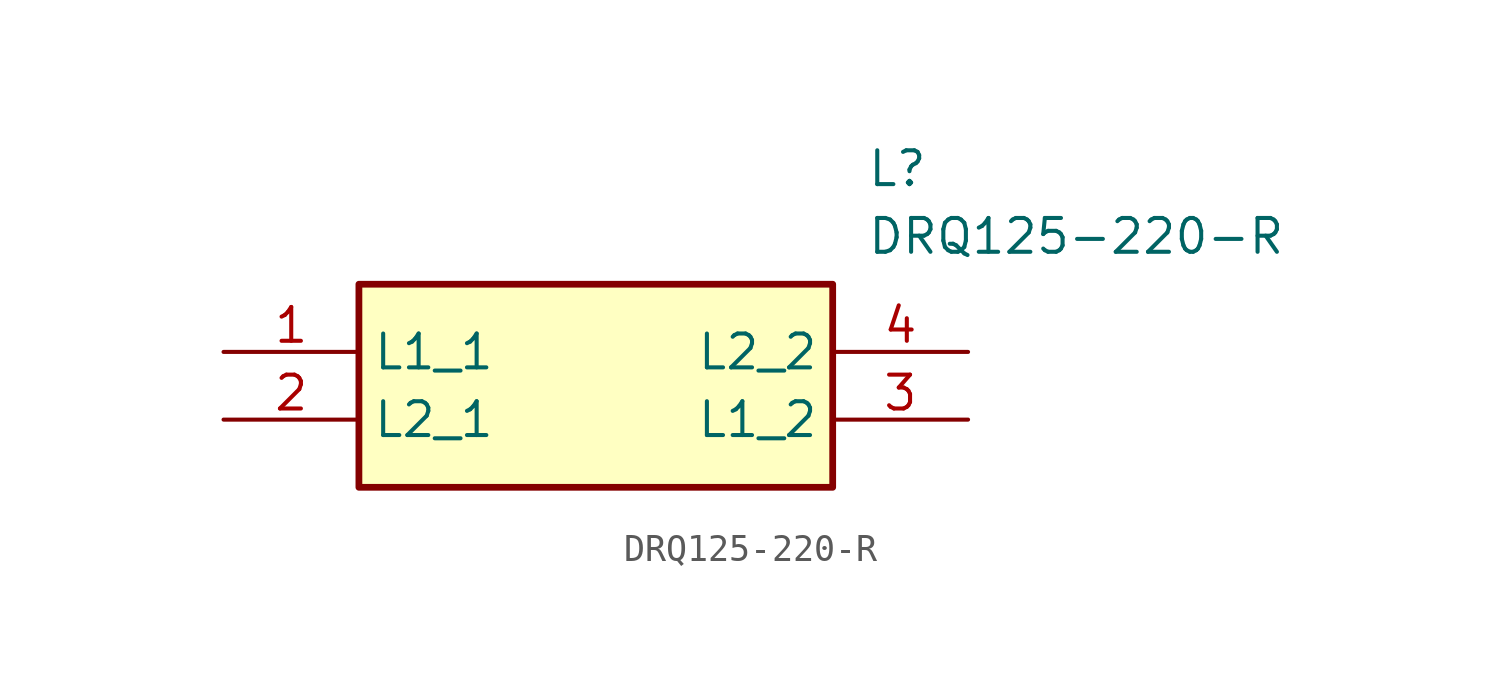
<source format=kicad_sym>
(kicad_symbol_lib
  (version 20211014)
  (generator SamacSys_ECAD_Model)
  (symbol "DRQ125-220-R"
    (property "Reference" "L"
      (at 24.13 7.62 0)
      (effects (font (size 1.27 1.27)) (justify left top)))
    (property "Value" "DRQ125-220-R"
      (at 24.13 5.08 0)
      (effects (font (size 1.27 1.27)) (justify left top)))
    (rectangle
      (start 5.08 2.54)
      (end 22.86 -5.08)
      (stroke (width 0.254) (type default))
      (fill (type background)))
    (pin passive line
      (at 0 0 0)
      (length 5.08)
      (name "L1_1" (effects (font (size 1.27 1.27))))
      (number "1" (effects (font (size 1.27 1.27)))))
    (pin passive line
      (at 0 -2.54 0)
      (length 5.08)
      (name "L2_1" (effects (font (size 1.27 1.27))))
      (number "2" (effects (font (size 1.27 1.27)))))
    (pin passive line
      (at 27.94 -2.54 180)
      (length 5.08)
      (name "L1_2" (effects (font (size 1.27 1.27))))
      (number "3" (effects (font (size 1.27 1.27)))))
    (pin passive line
      (at 27.94 0 180)
      (length 5.08)
      (name "L2_2" (effects (font (size 1.27 1.27))))
      (number "4" (effects (font (size 1.27 1.27)))))))
</source>
